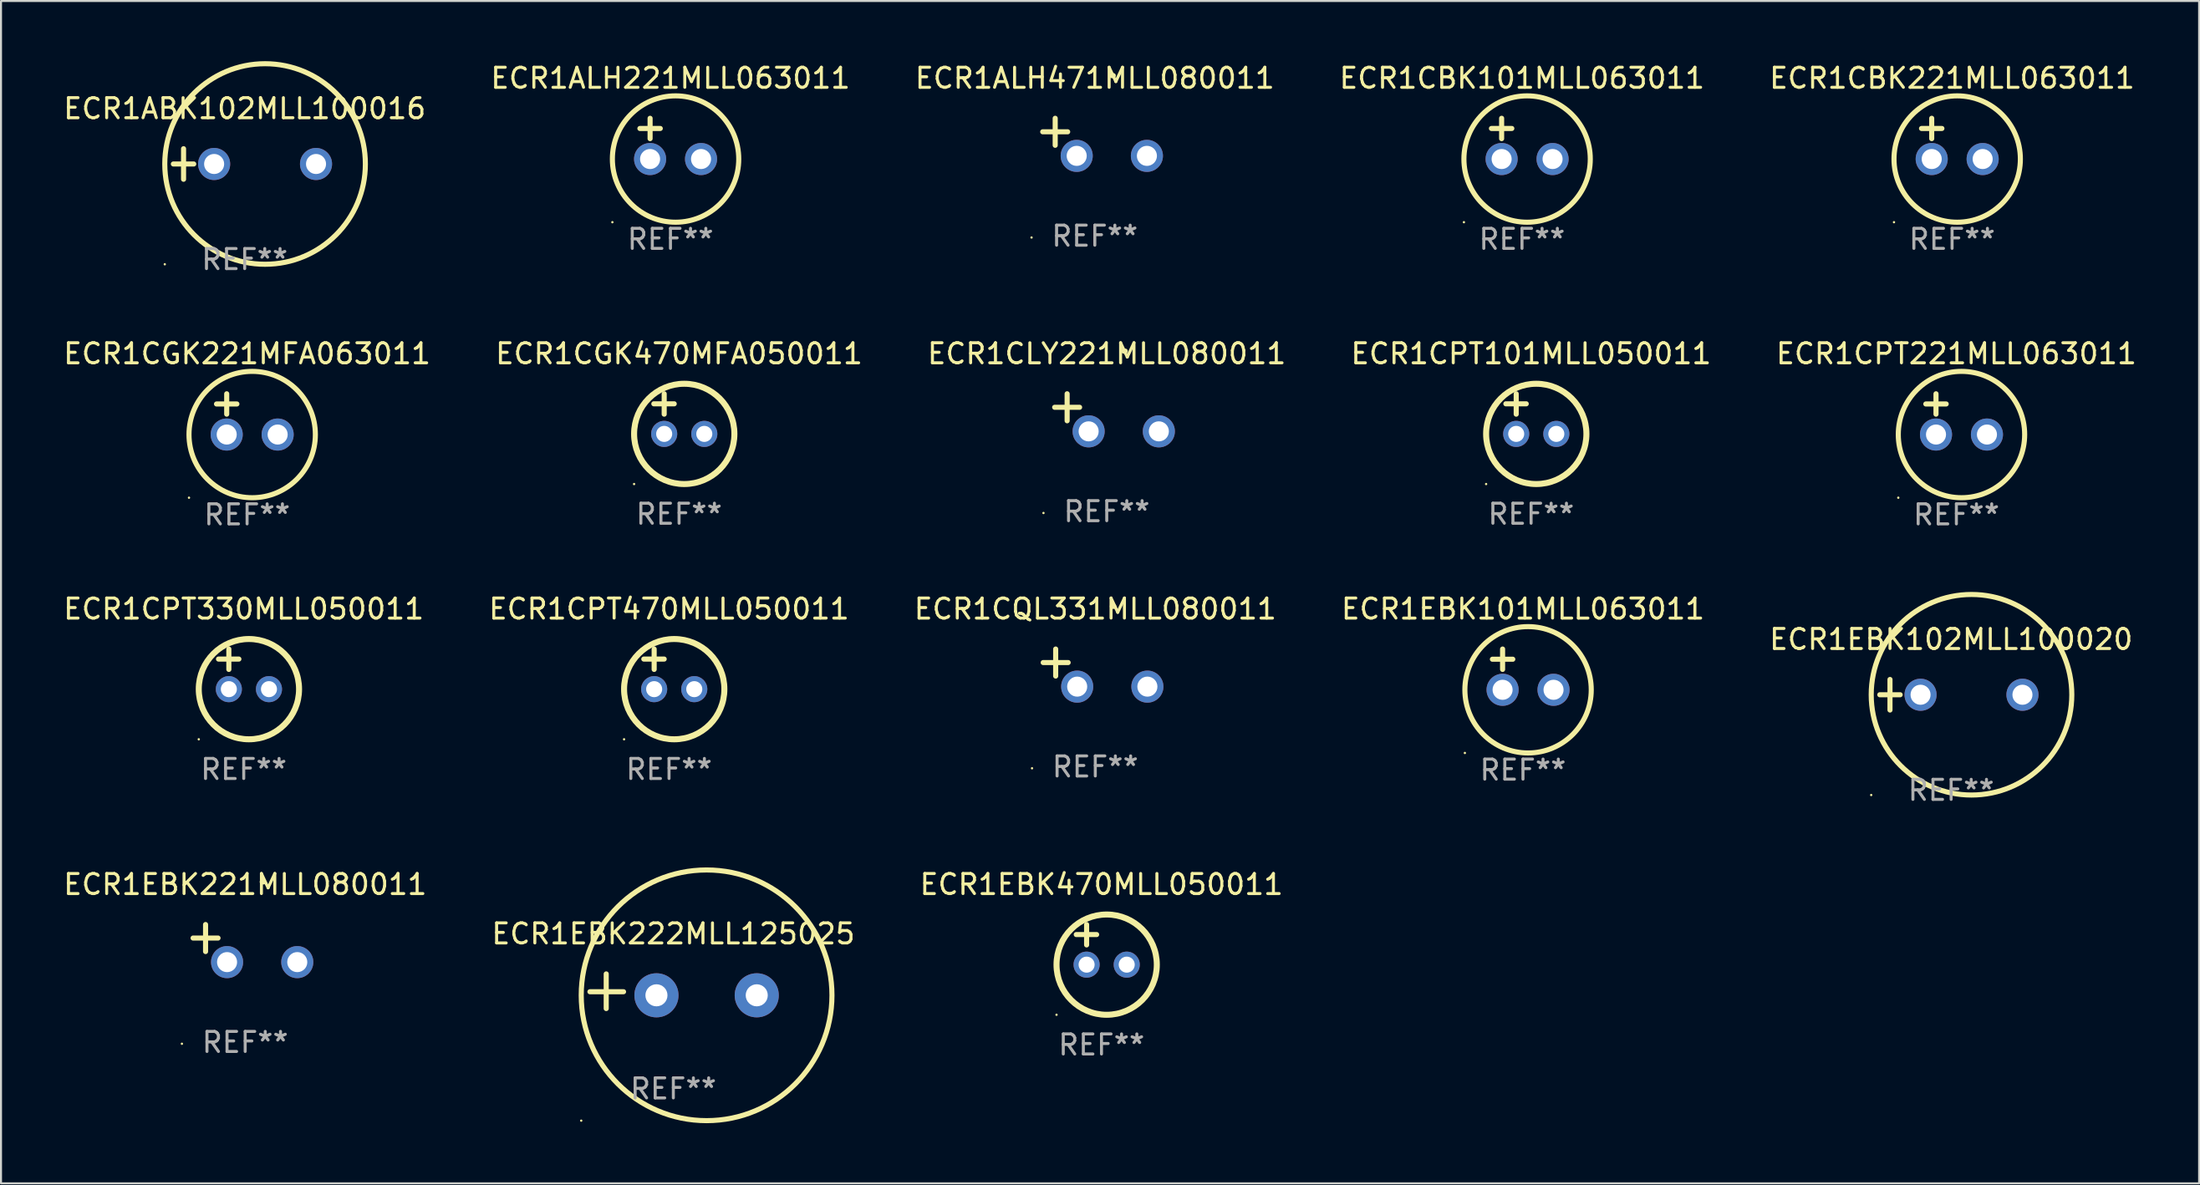
<source format=kicad_pcb>
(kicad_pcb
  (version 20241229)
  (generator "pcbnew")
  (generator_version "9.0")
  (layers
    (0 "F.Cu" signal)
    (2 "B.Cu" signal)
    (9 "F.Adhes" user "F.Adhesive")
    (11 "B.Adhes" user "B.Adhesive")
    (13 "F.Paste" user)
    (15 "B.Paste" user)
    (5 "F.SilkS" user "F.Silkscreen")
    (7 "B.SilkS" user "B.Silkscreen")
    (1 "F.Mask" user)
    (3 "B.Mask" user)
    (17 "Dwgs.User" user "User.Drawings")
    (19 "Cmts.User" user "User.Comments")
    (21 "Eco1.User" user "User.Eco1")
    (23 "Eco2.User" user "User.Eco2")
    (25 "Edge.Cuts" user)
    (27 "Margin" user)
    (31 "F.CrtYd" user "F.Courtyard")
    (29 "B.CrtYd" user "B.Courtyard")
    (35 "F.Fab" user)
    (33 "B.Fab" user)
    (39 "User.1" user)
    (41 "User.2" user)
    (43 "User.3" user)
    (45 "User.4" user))
  (footprint "ECR1EBK470MLL050011"
    (layer "F.Cu")
    (at 51.863 44.051)
    (property "Reference" "ECR1EBK470MLL050011" (at 0 -3 0) (layer "F.SilkS") (effects (font (size 1 1) (thickness 0.15))))
    (attr through_hole)
    (fp_line (start -1.258 -0.5) (end -0.242 -0.5) (stroke (width 0.254) (type solid)) (layer "F.SilkS"))
    (fp_line (start -0.742 -1) (end -0.742 0.016) (stroke (width 0.254) (type solid)) (layer "F.SilkS"))
    (fp_circle (center -2.242 3.5) (end -2.212 3.5) (stroke (width 0.06) (type solid)) (fill no) (layer "F.SilkS"))
    (fp_circle (center 0.258 1) (end 2.758 1) (stroke (width 0.3) (type solid)) (fill no) (layer "F.SilkS"))
    (fp_text user "REF**" (at 0 5 0) (layer "F.Fab") (effects (font (size 1 1) (thickness 0.15))))
    (pad "1" thru_hole circle (at -0.742 1) (size 1.3 1.3) (drill 0.8) (layers "*.Cu" "*.Mask"))
    (pad "2" thru_hole circle (at 1.258 1) (size 1.3 1.3) (drill 0.8) (layers "*.Cu" "*.Mask")))
  (footprint "ECR1ABK102MLL100016"
    (layer "F.Cu")
    (at 9.149 5.127)
    (property "Reference" "ECR1ABK102MLL100016" (at 0 -2.762 0) (layer "F.SilkS") (effects (font (size 1 1) (thickness 0.15))))
    (attr through_hole)
    (fp_line (start -3.556 0) (end -2.54 0) (stroke (width 0.254) (type solid)) (layer "F.SilkS"))
    (fp_line (start -3.048 -0.762) (end -3.048 0.762) (stroke (width 0.254) (type solid)) (layer "F.SilkS"))
    (fp_circle (center -3.984 5) (end -3.954 5) (stroke (width 0.06) (type solid)) (fill no) (layer "F.SilkS"))
    (fp_circle (center 1.016 0) (end 6.016 0) (stroke (width 0.254) (type solid)) (fill no) (layer "F.SilkS"))
    (fp_text user "REF**" (at 0 4.762 0) (layer "F.Fab") (effects (font (size 1 1) (thickness 0.15))))
    (pad "1" thru_hole circle (at -1.524 0) (size 1.6 1.6) (drill 1) (layers "*.Cu" "*.Mask"))
    (pad "2" thru_hole circle (at 3.556 0) (size 1.6 1.6) (drill 1) (layers "*.Cu" "*.Mask")))
  (footprint "ECR1CQL331MLL080011"
    (layer "F.Cu")
    (at 51.554 30.251)
    (property "Reference" "ECR1CQL331MLL080011" (at 0 -2.937 0) (layer "F.SilkS") (effects (font (size 1 1) (thickness 0.15))))
    (attr through_hole)
    (fp_line (start -1.975 0.41) (end -1.975 -0.937) (stroke (width 0.254) (type solid)) (layer "F.SilkS"))
    (fp_line (start -1.353 -0.263) (end -2.597 -0.263) (stroke (width 0.254) (type solid)) (layer "F.SilkS"))
    (fp_arc (start 0.849809 -3.063957) (mid 0.885369 -3.064114) (end 0.920929 -3.063957) (stroke (width 0.254001) (type solid)) (layer "F.SilkS"))
    (fp_circle (center -3.154 5.008) (end -3.124 5.008) (stroke (width 0.06) (type solid)) (fill no) (layer "F.SilkS"))
    (fp_text user "REF**" (at 0 4.937 0) (layer "F.Fab") (effects (font (size 1 1) (thickness 0.15))))
    (pad "1" thru_hole circle (at -0.903 0.937) (size 1.6 1.6) (drill 1) (layers "*.Cu" "*.Mask"))
    (pad "2" thru_hole circle (at 2.597 0.937) (size 1.6 1.6) (drill 1) (layers "*.Cu" "*.Mask")))
  (footprint "ECR1CPT221MLL063011"
    (layer "F.Cu")
    (at 94.482 17.602)
    (property "Reference" "ECR1CPT221MLL063011" (at 0 -3.016 0) (layer "F.SilkS") (effects (font (size 1 1) (thickness 0.15))))
    (attr through_hole)
    (fp_line (start -1.524 -0.508) (end -0.508 -0.508) (stroke (width 0.254) (type solid)) (layer "F.SilkS"))
    (fp_line (start -1.016 -1.016) (end -1.016 0) (stroke (width 0.254) (type solid)) (layer "F.SilkS"))
    (fp_circle (center -2.896 4.166) (end -2.866 4.166) (stroke (width 0.06) (type solid)) (fill no) (layer "F.SilkS"))
    (fp_circle (center 0.254 1.016) (end 3.404 1.016) (stroke (width 0.254) (type solid)) (fill no) (layer "F.SilkS"))
    (fp_text user "REF**" (at 0 5.016 0) (layer "F.Fab") (effects (font (size 1 1) (thickness 0.15))))
    (pad "1" thru_hole circle (at -1.016 1.016) (size 1.6 1.6) (drill 1) (layers "*.Cu" "*.Mask"))
    (pad "2" thru_hole circle (at 1.524 1.016) (size 1.6 1.6) (drill 1) (layers "*.Cu" "*.Mask")))
  (footprint "ECR1CLY221MLL080011"
    (layer "F.Cu")
    (at 52.125 17.522)
    (property "Reference" "ECR1CLY221MLL080011" (at 0 -2.937 0) (layer "F.SilkS") (effects (font (size 1 1) (thickness 0.15))))
    (attr through_hole)
    (fp_line (start -1.975 0.41) (end -1.975 -0.937) (stroke (width 0.254) (type solid)) (layer "F.SilkS"))
    (fp_line (start -1.353 -0.263) (end -2.597 -0.263) (stroke (width 0.254) (type solid)) (layer "F.SilkS"))
    (fp_arc (start 0.849809 -3.063957) (mid 0.885369 -3.064114) (end 0.920929 -3.063957) (stroke (width 0.254001) (type solid)) (layer "F.SilkS"))
    (fp_circle (center -3.154 5.008) (end -3.124 5.008) (stroke (width 0.06) (type solid)) (fill no) (layer "F.SilkS"))
    (fp_text user "REF**" (at 0 4.937 0) (layer "F.Fab") (effects (font (size 1 1) (thickness 0.15))))
    (pad "1" thru_hole circle (at -0.903 0.937) (size 1.6 1.6) (drill 1) (layers "*.Cu" "*.Mask"))
    (pad "2" thru_hole circle (at 2.597 0.937) (size 1.6 1.6) (drill 1) (layers "*.Cu" "*.Mask")))
  (footprint "ECR1CBK101MLL063011"
    (layer "F.Cu")
    (at 72.827 3.864)
    (property "Reference" "ECR1CBK101MLL063011" (at 0 -3.016 0) (layer "F.SilkS") (effects (font (size 1 1) (thickness 0.15))))
    (attr through_hole)
    (fp_line (start -1.524 -0.508) (end -0.508 -0.508) (stroke (width 0.254) (type solid)) (layer "F.SilkS"))
    (fp_line (start -1.016 -1.016) (end -1.016 0) (stroke (width 0.254) (type solid)) (layer "F.SilkS"))
    (fp_circle (center -2.896 4.166) (end -2.866 4.166) (stroke (width 0.06) (type solid)) (fill no) (layer "F.SilkS"))
    (fp_circle (center 0.254 1.016) (end 3.404 1.016) (stroke (width 0.254) (type solid)) (fill no) (layer "F.SilkS"))
    (fp_text user "REF**" (at 0 5.016 0) (layer "F.Fab") (effects (font (size 1 1) (thickness 0.15))))
    (pad "1" thru_hole circle (at -1.016 1.016) (size 1.6 1.6) (drill 1) (layers "*.Cu" "*.Mask"))
    (pad "2" thru_hole circle (at 1.524 1.016) (size 1.6 1.6) (drill 1) (layers "*.Cu" "*.Mask")))
  (footprint "ECR1EBK222MLL125025"
    (layer "F.Cu")
    (at 30.518 46.377)
    (property "Reference" "ECR1EBK222MLL125025" (at 0 -2.864 0) (layer "F.SilkS") (effects (font (size 1 1) (thickness 0.15))))
    (attr through_hole)
    (fp_line (start -3.346 0.864) (end -3.346 -0.864) (stroke (width 0.254) (type solid)) (layer "F.SilkS"))
    (fp_line (start -2.482 0.025) (end -4.158 0.025) (stroke (width 0.254) (type solid)) (layer "F.SilkS"))
    (fp_circle (center -4.592 6.453) (end -4.562 6.453) (stroke (width 0.06) (type solid)) (fill no) (layer "F.SilkS"))
    (fp_circle (center 1.658 0.203) (end 7.908 0.203) (stroke (width 0.254) (type solid)) (fill no) (layer "F.SilkS"))
    (fp_text user "REF**" (at 0 4.864 0) (layer "F.Fab") (effects (font (size 1 1) (thickness 0.15))))
    (pad "1" thru_hole circle (at -0.842 0.203) (size 2.2 2.2) (drill 1.1) (layers "*.Cu" "*.Mask"))
    (pad "2" thru_hole circle (at 4.158 0.203) (size 2.2 2.2) (drill 1.1) (layers "*.Cu" "*.Mask")))
  (footprint "ECR1ALH221MLL063011"
    (layer "F.Cu")
    (at 30.375 3.864)
    (property "Reference" "ECR1ALH221MLL063011" (at 0 -3.016 0) (layer "F.SilkS") (effects (font (size 1 1) (thickness 0.15))))
    (attr through_hole)
    (fp_line (start -1.524 -0.508) (end -0.508 -0.508) (stroke (width 0.254) (type solid)) (layer "F.SilkS"))
    (fp_line (start -1.016 -1.016) (end -1.016 0) (stroke (width 0.254) (type solid)) (layer "F.SilkS"))
    (fp_circle (center -2.896 4.166) (end -2.866 4.166) (stroke (width 0.06) (type solid)) (fill no) (layer "F.SilkS"))
    (fp_circle (center 0.254 1.016) (end 3.404 1.016) (stroke (width 0.254) (type solid)) (fill no) (layer "F.SilkS"))
    (fp_text user "REF**" (at 0 5.016 0) (layer "F.Fab") (effects (font (size 1 1) (thickness 0.15))))
    (pad "1" thru_hole circle (at -1.016 1.016) (size 1.6 1.6) (drill 1) (layers "*.Cu" "*.Mask"))
    (pad "2" thru_hole circle (at 1.524 1.016) (size 1.6 1.6) (drill 1) (layers "*.Cu" "*.Mask")))
  (footprint "ECR1CGK221MFA063011"
    (layer "F.Cu")
    (at 9.268 17.602)
    (property "Reference" "ECR1CGK221MFA063011" (at 0 -3.016 0) (layer "F.SilkS") (effects (font (size 1 1) (thickness 0.15))))
    (attr through_hole)
    (fp_line (start -1.524 -0.508) (end -0.508 -0.508) (stroke (width 0.254) (type solid)) (layer "F.SilkS"))
    (fp_line (start -1.016 -1.016) (end -1.016 0) (stroke (width 0.254) (type solid)) (layer "F.SilkS"))
    (fp_circle (center -2.896 4.166) (end -2.866 4.166) (stroke (width 0.06) (type solid)) (fill no) (layer "F.SilkS"))
    (fp_circle (center 0.254 1.016) (end 3.404 1.016) (stroke (width 0.254) (type solid)) (fill no) (layer "F.SilkS"))
    (fp_text user "REF**" (at 0 5.016 0) (layer "F.Fab") (effects (font (size 1 1) (thickness 0.15))))
    (pad "1" thru_hole circle (at -1.016 1.016) (size 1.6 1.6) (drill 1) (layers "*.Cu" "*.Mask"))
    (pad "2" thru_hole circle (at 1.524 1.016) (size 1.6 1.6) (drill 1) (layers "*.Cu" "*.Mask")))
  (footprint "ECR1CPT101MLL050011"
    (layer "F.Cu")
    (at 73.28 17.586)
    (property "Reference" "ECR1CPT101MLL050011" (at 0 -3 0) (layer "F.SilkS") (effects (font (size 1 1) (thickness 0.15))))
    (attr through_hole)
    (fp_line (start -1.258 -0.5) (end -0.242 -0.5) (stroke (width 0.254) (type solid)) (layer "F.SilkS"))
    (fp_line (start -0.742 -1) (end -0.742 0.016) (stroke (width 0.254) (type solid)) (layer "F.SilkS"))
    (fp_circle (center -2.242 3.5) (end -2.212 3.5) (stroke (width 0.06) (type solid)) (fill no) (layer "F.SilkS"))
    (fp_circle (center 0.258 1) (end 2.758 1) (stroke (width 0.3) (type solid)) (fill no) (layer "F.SilkS"))
    (fp_text user "REF**" (at 0 5 0) (layer "F.Fab") (effects (font (size 1 1) (thickness 0.15))))
    (pad "1" thru_hole circle (at -0.742 1) (size 1.3 1.3) (drill 0.8) (layers "*.Cu" "*.Mask"))
    (pad "2" thru_hole circle (at 1.258 1) (size 1.3 1.3) (drill 0.8) (layers "*.Cu" "*.Mask")))
  (footprint "ECR1EBK221MLL080011"
    (layer "F.Cu")
    (at 9.173 43.988)
    (property "Reference" "ECR1EBK221MLL080011" (at 0 -2.937 0) (layer "F.SilkS") (effects (font (size 1 1) (thickness 0.15))))
    (attr through_hole)
    (fp_line (start -1.975 0.41) (end -1.975 -0.937) (stroke (width 0.254) (type solid)) (layer "F.SilkS"))
    (fp_line (start -1.353 -0.263) (end -2.597 -0.263) (stroke (width 0.254) (type solid)) (layer "F.SilkS"))
    (fp_arc (start 0.849809 -3.063957) (mid 0.885369 -3.064114) (end 0.920929 -3.063957) (stroke (width 0.254001) (type solid)) (layer "F.SilkS"))
    (fp_circle (center -3.154 5.008) (end -3.124 5.008) (stroke (width 0.06) (type solid)) (fill no) (layer "F.SilkS"))
    (fp_text user "REF**" (at 0 4.937 0) (layer "F.Fab") (effects (font (size 1 1) (thickness 0.15))))
    (pad "1" thru_hole circle (at -0.903 0.937) (size 1.6 1.6) (drill 1) (layers "*.Cu" "*.Mask"))
    (pad "2" thru_hole circle (at 2.597 0.937) (size 1.6 1.6) (drill 1) (layers "*.Cu" "*.Mask")))
  (footprint "ECR1CPT330MLL050011"
    (layer "F.Cu")
    (at 9.101 30.314)
    (property "Reference" "ECR1CPT330MLL050011" (at 0 -3 0) (layer "F.SilkS") (effects (font (size 1 1) (thickness 0.15))))
    (attr through_hole)
    (fp_line (start -1.258 -0.5) (end -0.242 -0.5) (stroke (width 0.254) (type solid)) (layer "F.SilkS"))
    (fp_line (start -0.742 -1) (end -0.742 0.016) (stroke (width 0.254) (type solid)) (layer "F.SilkS"))
    (fp_circle (center -2.242 3.5) (end -2.212 3.5) (stroke (width 0.06) (type solid)) (fill no) (layer "F.SilkS"))
    (fp_circle (center 0.258 1) (end 2.758 1) (stroke (width 0.3) (type solid)) (fill no) (layer "F.SilkS"))
    (fp_text user "REF**" (at 0 5 0) (layer "F.Fab") (effects (font (size 1 1) (thickness 0.15))))
    (pad "1" thru_hole circle (at -0.742 1) (size 1.3 1.3) (drill 0.8) (layers "*.Cu" "*.Mask"))
    (pad "2" thru_hole circle (at 1.258 1) (size 1.3 1.3) (drill 0.8) (layers "*.Cu" "*.Mask")))
  (footprint "ECR1EBK101MLL063011"
    (layer "F.Cu")
    (at 72.875 30.33)
    (property "Reference" "ECR1EBK101MLL063011" (at 0 -3.016 0) (layer "F.SilkS") (effects (font (size 1 1) (thickness 0.15))))
    (attr through_hole)
    (fp_line (start -1.524 -0.508) (end -0.508 -0.508) (stroke (width 0.254) (type solid)) (layer "F.SilkS"))
    (fp_line (start -1.016 -1.016) (end -1.016 0) (stroke (width 0.254) (type solid)) (layer "F.SilkS"))
    (fp_circle (center -2.896 4.166) (end -2.866 4.166) (stroke (width 0.06) (type solid)) (fill no) (layer "F.SilkS"))
    (fp_circle (center 0.254 1.016) (end 3.404 1.016) (stroke (width 0.254) (type solid)) (fill no) (layer "F.SilkS"))
    (fp_text user "REF**" (at 0 5.016 0) (layer "F.Fab") (effects (font (size 1 1) (thickness 0.15))))
    (pad "1" thru_hole circle (at -1.016 1.016) (size 1.6 1.6) (drill 1) (layers "*.Cu" "*.Mask"))
    (pad "2" thru_hole circle (at 1.524 1.016) (size 1.6 1.6) (drill 1) (layers "*.Cu" "*.Mask")))
  (footprint "ECR1CGK470MFA050011"
    (layer "F.Cu")
    (at 30.804 17.586)
    (property "Reference" "ECR1CGK470MFA050011" (at 0 -3 0) (layer "F.SilkS") (effects (font (size 1 1) (thickness 0.15))))
    (attr through_hole)
    (fp_line (start -1.258 -0.5) (end -0.242 -0.5) (stroke (width 0.254) (type solid)) (layer "F.SilkS"))
    (fp_line (start -0.742 -1) (end -0.742 0.016) (stroke (width 0.254) (type solid)) (layer "F.SilkS"))
    (fp_circle (center -2.242 3.5) (end -2.212 3.5) (stroke (width 0.06) (type solid)) (fill no) (layer "F.SilkS"))
    (fp_circle (center 0.258 1) (end 2.758 1) (stroke (width 0.3) (type solid)) (fill no) (layer "F.SilkS"))
    (fp_text user "REF**" (at 0 5 0) (layer "F.Fab") (effects (font (size 1 1) (thickness 0.15))))
    (pad "1" thru_hole circle (at -0.742 1) (size 1.3 1.3) (drill 0.8) (layers "*.Cu" "*.Mask"))
    (pad "2" thru_hole circle (at 1.258 1) (size 1.3 1.3) (drill 0.8) (layers "*.Cu" "*.Mask")))
  (footprint "ECR1ALH471MLL080011"
    (layer "F.Cu")
    (at 51.53 3.785)
    (property "Reference" "ECR1ALH471MLL080011" (at 0 -2.937 0) (layer "F.SilkS") (effects (font (size 1 1) (thickness 0.15))))
    (attr through_hole)
    (fp_line (start -1.975 0.41) (end -1.975 -0.937) (stroke (width 0.254) (type solid)) (layer "F.SilkS"))
    (fp_line (start -1.353 -0.263) (end -2.597 -0.263) (stroke (width 0.254) (type solid)) (layer "F.SilkS"))
    (fp_arc (start 0.849809 -3.063957) (mid 0.885369 -3.064114) (end 0.920929 -3.063957) (stroke (width 0.254001) (type solid)) (layer "F.SilkS"))
    (fp_circle (center -3.154 5.008) (end -3.124 5.008) (stroke (width 0.06) (type solid)) (fill no) (layer "F.SilkS"))
    (fp_text user "REF**" (at 0 4.937 0) (layer "F.Fab") (effects (font (size 1 1) (thickness 0.15))))
    (pad "1" thru_hole circle (at -0.903 0.937) (size 1.6 1.6) (drill 1) (layers "*.Cu" "*.Mask"))
    (pad "2" thru_hole circle (at 2.597 0.937) (size 1.6 1.6) (drill 1) (layers "*.Cu" "*.Mask")))
  (footprint "ECR1EBK102MLL100020"
    (layer "F.Cu")
    (at 94.22 31.593)
    (property "Reference" "ECR1EBK102MLL100020" (at 0 -2.762 0) (layer "F.SilkS") (effects (font (size 1 1) (thickness 0.15))))
    (attr through_hole)
    (fp_line (start -3.556 0) (end -2.54 0) (stroke (width 0.254) (type solid)) (layer "F.SilkS"))
    (fp_line (start -3.048 -0.762) (end -3.048 0.762) (stroke (width 0.254) (type solid)) (layer "F.SilkS"))
    (fp_circle (center -3.984 5) (end -3.954 5) (stroke (width 0.06) (type solid)) (fill no) (layer "F.SilkS"))
    (fp_circle (center 1.016 0) (end 6.016 0) (stroke (width 0.254) (type solid)) (fill no) (layer "F.SilkS"))
    (fp_text user "REF**" (at 0 4.762 0) (layer "F.Fab") (effects (font (size 1 1) (thickness 0.15))))
    (pad "1" thru_hole circle (at -1.524 0) (size 1.6 1.6) (drill 1) (layers "*.Cu" "*.Mask"))
    (pad "2" thru_hole circle (at 3.556 0) (size 1.6 1.6) (drill 1) (layers "*.Cu" "*.Mask")))
  (footprint "ECR1CBK221MLL063011"
    (layer "F.Cu")
    (at 94.268 3.864)
    (property "Reference" "ECR1CBK221MLL063011" (at 0 -3.016 0) (layer "F.SilkS") (effects (font (size 1 1) (thickness 0.15))))
    (attr through_hole)
    (fp_line (start -1.524 -0.508) (end -0.508 -0.508) (stroke (width 0.254) (type solid)) (layer "F.SilkS"))
    (fp_line (start -1.016 -1.016) (end -1.016 0) (stroke (width 0.254) (type solid)) (layer "F.SilkS"))
    (fp_circle (center -2.896 4.166) (end -2.866 4.166) (stroke (width 0.06) (type solid)) (fill no) (layer "F.SilkS"))
    (fp_circle (center 0.254 1.016) (end 3.404 1.016) (stroke (width 0.254) (type solid)) (fill no) (layer "F.SilkS"))
    (fp_text user "REF**" (at 0 5.016 0) (layer "F.Fab") (effects (font (size 1 1) (thickness 0.15))))
    (pad "1" thru_hole circle (at -1.016 1.016) (size 1.6 1.6) (drill 1) (layers "*.Cu" "*.Mask"))
    (pad "2" thru_hole circle (at 1.524 1.016) (size 1.6 1.6) (drill 1) (layers "*.Cu" "*.Mask")))
  (footprint "ECR1CPT470MLL050011"
    (layer "F.Cu")
    (at 30.304 30.314)
    (property "Reference" "ECR1CPT470MLL050011" (at 0 -3 0) (layer "F.SilkS") (effects (font (size 1 1) (thickness 0.15))))
    (attr through_hole)
    (fp_line (start -1.258 -0.5) (end -0.242 -0.5) (stroke (width 0.254) (type solid)) (layer "F.SilkS"))
    (fp_line (start -0.742 -1) (end -0.742 0.016) (stroke (width 0.254) (type solid)) (layer "F.SilkS"))
    (fp_circle (center -2.242 3.5) (end -2.212 3.5) (stroke (width 0.06) (type solid)) (fill no) (layer "F.SilkS"))
    (fp_circle (center 0.258 1) (end 2.758 1) (stroke (width 0.3) (type solid)) (fill no) (layer "F.SilkS"))
    (fp_text user "REF**" (at 0 5 0) (layer "F.Fab") (effects (font (size 1 1) (thickness 0.15))))
    (pad "1" thru_hole circle (at -0.742 1) (size 1.3 1.3) (drill 0.8) (layers "*.Cu" "*.Mask"))
    (pad "2" thru_hole circle (at 1.258 1) (size 1.3 1.3) (drill 0.8) (layers "*.Cu" "*.Mask")))
  (gr_rect
    (start -3 -3)
    (end 106.583 55.957)
    (stroke (width 0.1) (type default))
    (fill no)
    (layer "Edge.Cuts")))
</source>
